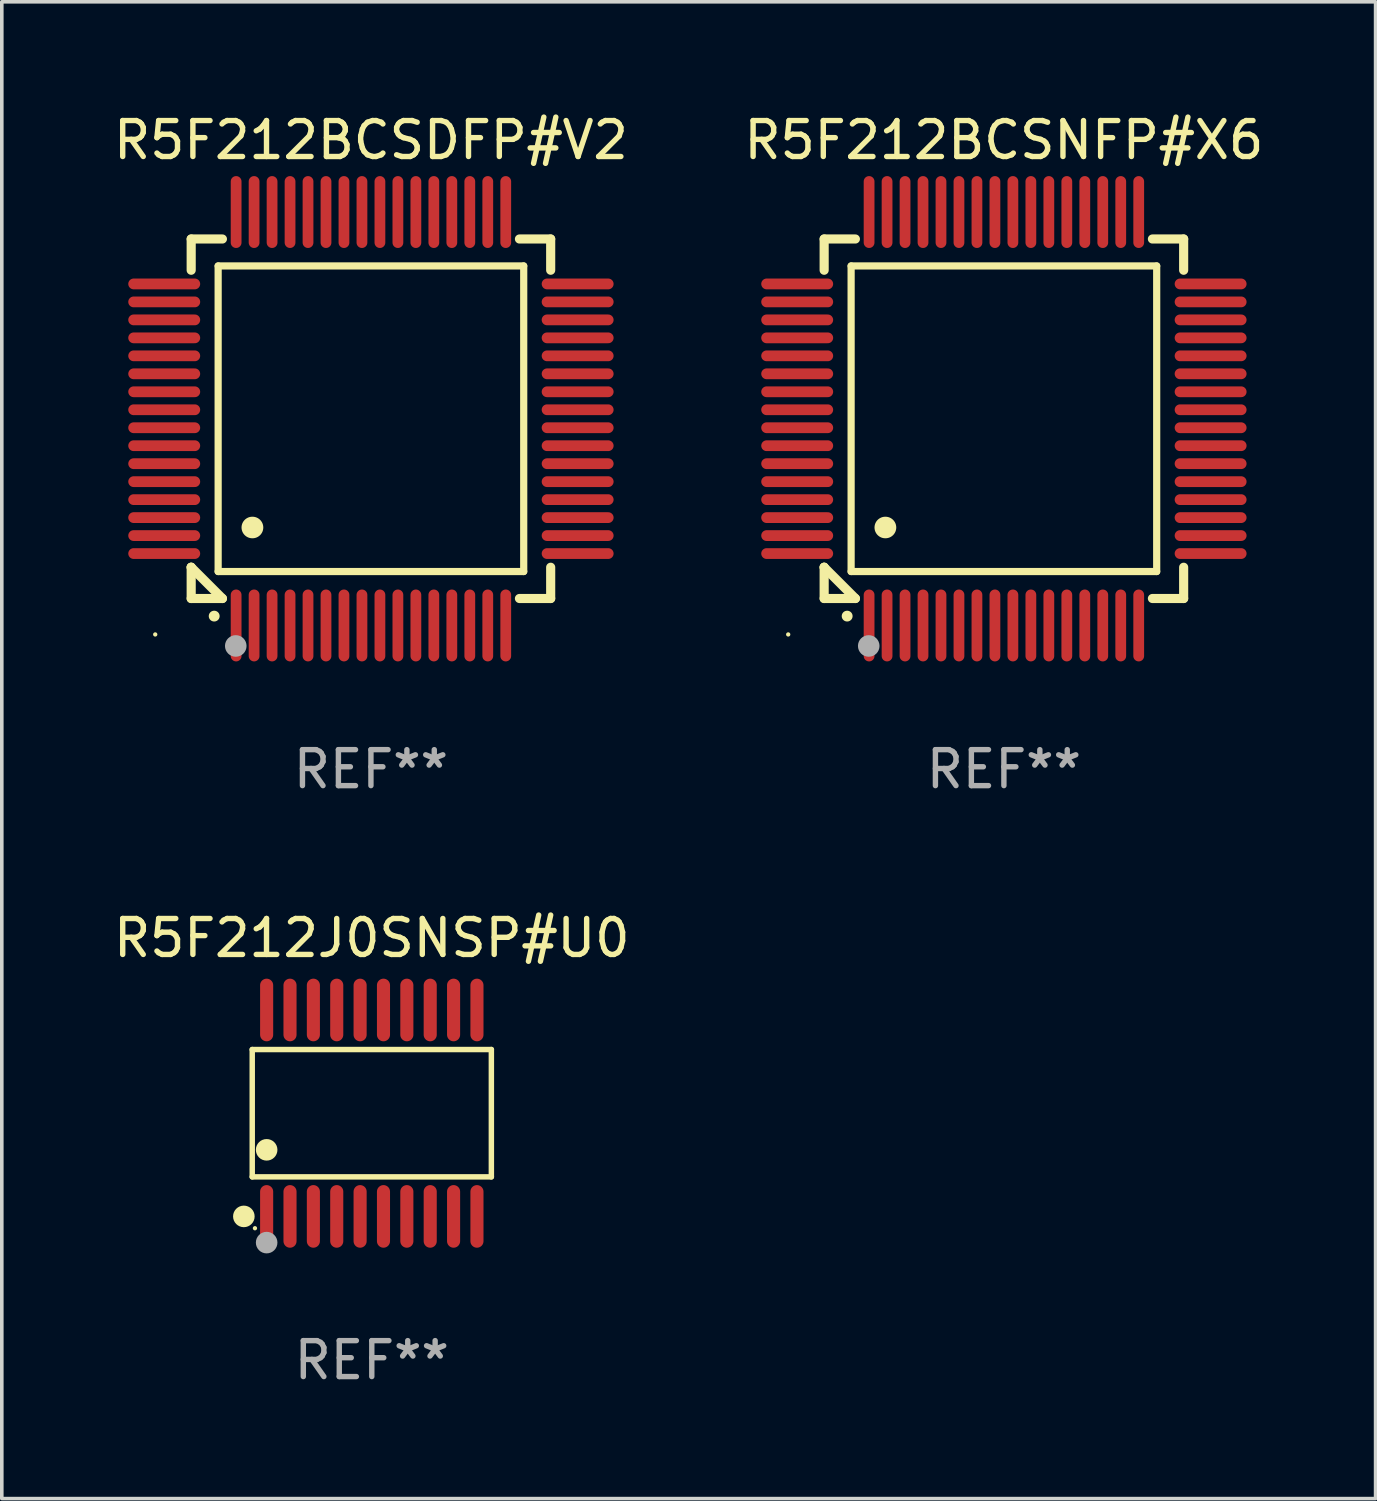
<source format=kicad_pcb>
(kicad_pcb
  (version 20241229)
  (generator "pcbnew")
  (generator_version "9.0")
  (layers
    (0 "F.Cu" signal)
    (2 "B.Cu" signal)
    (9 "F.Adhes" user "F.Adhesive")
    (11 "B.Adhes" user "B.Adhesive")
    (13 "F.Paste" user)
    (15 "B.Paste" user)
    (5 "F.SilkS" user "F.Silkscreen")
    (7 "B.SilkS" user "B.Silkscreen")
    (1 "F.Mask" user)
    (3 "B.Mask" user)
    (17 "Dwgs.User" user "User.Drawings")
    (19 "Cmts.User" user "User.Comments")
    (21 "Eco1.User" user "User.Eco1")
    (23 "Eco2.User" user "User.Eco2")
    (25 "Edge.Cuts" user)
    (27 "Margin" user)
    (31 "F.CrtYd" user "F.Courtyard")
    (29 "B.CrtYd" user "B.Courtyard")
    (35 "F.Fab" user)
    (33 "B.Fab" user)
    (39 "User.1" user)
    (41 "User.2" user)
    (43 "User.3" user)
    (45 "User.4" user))
  (footprint "R5F212BCSNFP#X6"
    (layer "F.Cu")
    (at 24.875 8.598)
    (property "Reference" "R5F212BCSNFP#X6" (at 0 -7.75 0) (layer "F.SilkS") (effects (font (size 1 1) (thickness 0.15))))
    (attr through_hole)
    (fp_line (start -5 -5) (end -4.131 -5) (stroke (width 0.254) (type solid)) (layer "F.SilkS"))
    (fp_line (start -5 -4.131) (end -5 -5) (stroke (width 0.254) (type solid)) (layer "F.SilkS"))
    (fp_line (start -5 4.131) (end -5 4.131) (stroke (width 0.254) (type solid)) (layer "F.SilkS"))
    (fp_line (start -5 5) (end -5 4.131) (stroke (width 0.254) (type solid)) (layer "F.SilkS"))
    (fp_line (start -5 4.131) (end -4.131 5) (stroke (width 0.254) (type solid)) (layer "F.SilkS"))
    (fp_line (start -4.25 -4.25) (end -4.25 4.25) (stroke (width 0.2) (type solid)) (layer "F.SilkS"))
    (fp_line (start -4.25 4.25) (end 4.25 4.25) (stroke (width 0.2) (type solid)) (layer "F.SilkS"))
    (fp_line (start -4.131 5) (end -5 5) (stroke (width 0.254) (type solid)) (layer "F.SilkS"))
    (fp_line (start 4.25 -4.25) (end -4.25 -4.25) (stroke (width 0.2) (type solid)) (layer "F.SilkS"))
    (fp_line (start 4.25 4.25) (end 4.25 -4.25) (stroke (width 0.2) (type solid)) (layer "F.SilkS"))
    (fp_line (start 5 -5) (end 4.131 -5) (stroke (width 0.254) (type solid)) (layer "F.SilkS"))
    (fp_line (start 5 -5) (end 5 -4.131) (stroke (width 0.254) (type solid)) (layer "F.SilkS"))
    (fp_line (start 5 4.131) (end 5 5) (stroke (width 0.254) (type solid)) (layer "F.SilkS"))
    (fp_line (start 5 5) (end 4.131 5) (stroke (width 0.254) (type solid)) (layer "F.SilkS"))
    (fp_arc (start -4.361265 5.489992) (mid -4.359995 5.489987) (end -4.358725 5.489992) (stroke (width 0.3) (type solid)) (layer "F.SilkS"))
    (fp_arc (start -3.299467 3.025146) (mid -3.296927 3.025135) (end -3.294387 3.025146) (stroke (width 0.6) (type solid)) (layer "F.SilkS"))
    (fp_circle (center -6 6) (end -5.97 6) (stroke (width 0.06) (type solid)) (fill no) (layer "F.SilkS"))
    (fp_circle (center -3.76 6.32) (end -3.61 6.32) (stroke (width 0.3) (type solid)) (fill no) (layer "F.Fab"))
    (fp_text user "REF**" (at 0 9.75 0) (layer "F.Fab") (effects (font (size 1 1) (thickness 0.15))))
    (pad "1" smd oval (at -3.75 5.75) (size 0.3 2) (layers "F.Cu" "F.Mask" "F.Paste"))
    (pad "2" smd oval (at -3.25 5.75) (size 0.3 2) (layers "F.Cu" "F.Mask" "F.Paste"))
    (pad "3" smd oval (at -2.75 5.75) (size 0.3 2) (layers "F.Cu" "F.Mask" "F.Paste"))
    (pad "4" smd oval (at -2.25 5.75) (size 0.3 2) (layers "F.Cu" "F.Mask" "F.Paste"))
    (pad "5" smd oval (at -1.75 5.75) (size 0.3 2) (layers "F.Cu" "F.Mask" "F.Paste"))
    (pad "6" smd oval (at -1.25 5.75) (size 0.3 2) (layers "F.Cu" "F.Mask" "F.Paste"))
    (pad "7" smd oval (at -0.75 5.75) (size 0.3 2) (layers "F.Cu" "F.Mask" "F.Paste"))
    (pad "8" smd oval (at -0.25 5.75) (size 0.3 2) (layers "F.Cu" "F.Mask" "F.Paste"))
    (pad "9" smd oval (at 0.25 5.75) (size 0.3 2) (layers "F.Cu" "F.Mask" "F.Paste"))
    (pad "10" smd oval (at 0.75 5.75) (size 0.3 2) (layers "F.Cu" "F.Mask" "F.Paste"))
    (pad "11" smd oval (at 1.25 5.75) (size 0.3 2) (layers "F.Cu" "F.Mask" "F.Paste"))
    (pad "12" smd oval (at 1.75 5.75) (size 0.3 2) (layers "F.Cu" "F.Mask" "F.Paste"))
    (pad "13" smd oval (at 2.25 5.75) (size 0.3 2) (layers "F.Cu" "F.Mask" "F.Paste"))
    (pad "14" smd oval (at 2.75 5.75) (size 0.3 2) (layers "F.Cu" "F.Mask" "F.Paste"))
    (pad "15" smd oval (at 3.25 5.75) (size 0.3 2) (layers "F.Cu" "F.Mask" "F.Paste"))
    (pad "16" smd oval (at 3.75 5.75) (size 0.3 2) (layers "F.Cu" "F.Mask" "F.Paste"))
    (pad "17" smd oval (at 5.75 3.75) (size 2 0.3) (layers "F.Cu" "F.Mask" "F.Paste"))
    (pad "18" smd oval (at 5.75 3.25) (size 2 0.3) (layers "F.Cu" "F.Mask" "F.Paste"))
    (pad "19" smd oval (at 5.75 2.75) (size 2 0.3) (layers "F.Cu" "F.Mask" "F.Paste"))
    (pad "20" smd oval (at 5.75 2.25) (size 2 0.3) (layers "F.Cu" "F.Mask" "F.Paste"))
    (pad "21" smd oval (at 5.75 1.75) (size 2 0.3) (layers "F.Cu" "F.Mask" "F.Paste"))
    (pad "22" smd oval (at 5.75 1.25) (size 2 0.3) (layers "F.Cu" "F.Mask" "F.Paste"))
    (pad "23" smd oval (at 5.75 0.75) (size 2 0.3) (layers "F.Cu" "F.Mask" "F.Paste"))
    (pad "24" smd oval (at 5.75 0.25) (size 2 0.3) (layers "F.Cu" "F.Mask" "F.Paste"))
    (pad "25" smd oval (at 5.75 -0.25) (size 2 0.3) (layers "F.Cu" "F.Mask" "F.Paste"))
    (pad "26" smd oval (at 5.75 -0.75) (size 2 0.3) (layers "F.Cu" "F.Mask" "F.Paste"))
    (pad "27" smd oval (at 5.75 -1.25) (size 2 0.3) (layers "F.Cu" "F.Mask" "F.Paste"))
    (pad "28" smd oval (at 5.75 -1.75) (size 2 0.3) (layers "F.Cu" "F.Mask" "F.Paste"))
    (pad "29" smd oval (at 5.75 -2.25) (size 2 0.3) (layers "F.Cu" "F.Mask" "F.Paste"))
    (pad "30" smd oval (at 5.75 -2.75) (size 2 0.3) (layers "F.Cu" "F.Mask" "F.Paste"))
    (pad "31" smd oval (at 5.75 -3.25) (size 2 0.3) (layers "F.Cu" "F.Mask" "F.Paste"))
    (pad "32" smd oval (at 5.75 -3.75) (size 2 0.3) (layers "F.Cu" "F.Mask" "F.Paste"))
    (pad "33" smd oval (at 3.75 -5.75) (size 0.3 2) (layers "F.Cu" "F.Mask" "F.Paste"))
    (pad "34" smd oval (at 3.25 -5.75) (size 0.3 2) (layers "F.Cu" "F.Mask" "F.Paste"))
    (pad "35" smd oval (at 2.75 -5.75) (size 0.3 2) (layers "F.Cu" "F.Mask" "F.Paste"))
    (pad "36" smd oval (at 2.25 -5.75) (size 0.3 2) (layers "F.Cu" "F.Mask" "F.Paste"))
    (pad "37" smd oval (at 1.75 -5.75) (size 0.3 2) (layers "F.Cu" "F.Mask" "F.Paste"))
    (pad "38" smd oval (at 1.25 -5.75) (size 0.3 2) (layers "F.Cu" "F.Mask" "F.Paste"))
    (pad "39" smd oval (at 0.75 -5.75) (size 0.3 2) (layers "F.Cu" "F.Mask" "F.Paste"))
    (pad "40" smd oval (at 0.25 -5.75) (size 0.3 2) (layers "F.Cu" "F.Mask" "F.Paste"))
    (pad "41" smd oval (at -0.25 -5.75) (size 0.3 2) (layers "F.Cu" "F.Mask" "F.Paste"))
    (pad "42" smd oval (at -0.75 -5.75) (size 0.3 2) (layers "F.Cu" "F.Mask" "F.Paste"))
    (pad "43" smd oval (at -1.25 -5.75) (size 0.3 2) (layers "F.Cu" "F.Mask" "F.Paste"))
    (pad "44" smd oval (at -1.75 -5.75) (size 0.3 2) (layers "F.Cu" "F.Mask" "F.Paste"))
    (pad "45" smd oval (at -2.25 -5.75) (size 0.3 2) (layers "F.Cu" "F.Mask" "F.Paste"))
    (pad "46" smd oval (at -2.75 -5.75) (size 0.3 2) (layers "F.Cu" "F.Mask" "F.Paste"))
    (pad "47" smd oval (at -3.25 -5.75) (size 0.3 2) (layers "F.Cu" "F.Mask" "F.Paste"))
    (pad "48" smd oval (at -3.75 -5.75) (size 0.3 2) (layers "F.Cu" "F.Mask" "F.Paste"))
    (pad "49" smd oval (at -5.75 -3.75) (size 2 0.3) (layers "F.Cu" "F.Mask" "F.Paste"))
    (pad "50" smd oval (at -5.75 -3.25) (size 2 0.3) (layers "F.Cu" "F.Mask" "F.Paste"))
    (pad "51" smd oval (at -5.75 -2.75) (size 2 0.3) (layers "F.Cu" "F.Mask" "F.Paste"))
    (pad "52" smd oval (at -5.75 -2.25) (size 2 0.3) (layers "F.Cu" "F.Mask" "F.Paste"))
    (pad "53" smd oval (at -5.75 -1.75) (size 2 0.3) (layers "F.Cu" "F.Mask" "F.Paste"))
    (pad "54" smd oval (at -5.75 -1.25) (size 2 0.3) (layers "F.Cu" "F.Mask" "F.Paste"))
    (pad "55" smd oval (at -5.75 -0.75) (size 2 0.3) (layers "F.Cu" "F.Mask" "F.Paste"))
    (pad "56" smd oval (at -5.75 -0.25) (size 2 0.3) (layers "F.Cu" "F.Mask" "F.Paste"))
    (pad "57" smd oval (at -5.75 0.25) (size 2 0.3) (layers "F.Cu" "F.Mask" "F.Paste"))
    (pad "58" smd oval (at -5.75 0.75) (size 2 0.3) (layers "F.Cu" "F.Mask" "F.Paste"))
    (pad "59" smd oval (at -5.75 1.25) (size 2 0.3) (layers "F.Cu" "F.Mask" "F.Paste"))
    (pad "60" smd oval (at -5.75 1.75) (size 2 0.3) (layers "F.Cu" "F.Mask" "F.Paste"))
    (pad "61" smd oval (at -5.75 2.25) (size 2 0.3) (layers "F.Cu" "F.Mask" "F.Paste"))
    (pad "62" smd oval (at -5.75 2.75) (size 2 0.3) (layers "F.Cu" "F.Mask" "F.Paste"))
    (pad "63" smd oval (at -5.75 3.25) (size 2 0.3) (layers "F.Cu" "F.Mask" "F.Paste"))
    (pad "64" smd oval (at -5.75 3.75) (size 2 0.3) (layers "F.Cu" "F.Mask" "F.Paste")))
  (footprint "R5F212J0SNSP#U0"
    (layer "F.Cu")
    (at 7.292 27.915)
    (property "Reference" "R5F212J0SNSP#U0" (at 0 -4.871 0) (layer "F.SilkS") (effects (font (size 1 1) (thickness 0.15))))
    (attr through_hole)
    (fp_line (start -3.326 -1.771) (end 3.326 -1.771) (stroke (width 0.152) (type solid)) (layer "F.SilkS"))
    (fp_line (start -3.326 1.771) (end -3.326 -1.771) (stroke (width 0.152) (type solid)) (layer "F.SilkS"))
    (fp_line (start 3.326 -1.771) (end 3.326 1.771) (stroke (width 0.152) (type solid)) (layer "F.SilkS"))
    (fp_line (start 3.326 1.771) (end -3.326 1.771) (stroke (width 0.152) (type solid)) (layer "F.SilkS"))
    (fp_circle (center -3.559 2.871) (end -3.409 2.871) (stroke (width 0.3) (type solid)) (fill no) (layer "F.SilkS"))
    (fp_circle (center -3.25 3.2) (end -3.22 3.2) (stroke (width 0.06) (type solid)) (fill no) (layer "F.SilkS"))
    (fp_circle (center -2.925 1.019) (end -2.775 1.019) (stroke (width 0.3) (type solid)) (fill no) (layer "F.SilkS"))
    (fp_circle (center -2.925 3.6) (end -2.775 3.6) (stroke (width 0.3) (type solid)) (fill no) (layer "F.Fab"))
    (fp_text user "REF**" (at 0 6.871 0) (layer "F.Fab") (effects (font (size 1 1) (thickness 0.15))))
    (pad "1" smd oval (at -2.925 2.871) (size 0.364 1.742) (layers "F.Cu" "F.Mask" "F.Paste"))
    (pad "2" smd oval (at -2.275 2.871) (size 0.364 1.742) (layers "F.Cu" "F.Mask" "F.Paste"))
    (pad "3" smd oval (at -1.625 2.871) (size 0.364 1.742) (layers "F.Cu" "F.Mask" "F.Paste"))
    (pad "4" smd oval (at -0.975 2.871) (size 0.364 1.742) (layers "F.Cu" "F.Mask" "F.Paste"))
    (pad "5" smd oval (at -0.325 2.871) (size 0.364 1.742) (layers "F.Cu" "F.Mask" "F.Paste"))
    (pad "6" smd oval (at 0.325 2.871) (size 0.364 1.742) (layers "F.Cu" "F.Mask" "F.Paste"))
    (pad "7" smd oval (at 0.975 2.871) (size 0.364 1.742) (layers "F.Cu" "F.Mask" "F.Paste"))
    (pad "8" smd oval (at 1.625 2.871) (size 0.364 1.742) (layers "F.Cu" "F.Mask" "F.Paste"))
    (pad "9" smd oval (at 2.275 2.871) (size 0.364 1.742) (layers "F.Cu" "F.Mask" "F.Paste"))
    (pad "10" smd oval (at 2.925 2.871) (size 0.364 1.742) (layers "F.Cu" "F.Mask" "F.Paste"))
    (pad "11" smd oval (at 2.925 -2.871) (size 0.364 1.742) (layers "F.Cu" "F.Mask" "F.Paste"))
    (pad "12" smd oval (at 2.275 -2.871) (size 0.364 1.742) (layers "F.Cu" "F.Mask" "F.Paste"))
    (pad "13" smd oval (at 1.625 -2.871) (size 0.364 1.742) (layers "F.Cu" "F.Mask" "F.Paste"))
    (pad "14" smd oval (at 0.975 -2.871) (size 0.364 1.742) (layers "F.Cu" "F.Mask" "F.Paste"))
    (pad "15" smd oval (at 0.325 -2.871) (size 0.364 1.742) (layers "F.Cu" "F.Mask" "F.Paste"))
    (pad "16" smd oval (at -0.325 -2.871) (size 0.364 1.742) (layers "F.Cu" "F.Mask" "F.Paste"))
    (pad "17" smd oval (at -0.975 -2.871) (size 0.364 1.742) (layers "F.Cu" "F.Mask" "F.Paste"))
    (pad "18" smd oval (at -1.625 -2.871) (size 0.364 1.742) (layers "F.Cu" "F.Mask" "F.Paste"))
    (pad "19" smd oval (at -2.275 -2.871) (size 0.364 1.742) (layers "F.Cu" "F.Mask" "F.Paste"))
    (pad "20" smd oval (at -2.925 -2.871) (size 0.364 1.742) (layers "F.Cu" "F.Mask" "F.Paste")))
  (footprint "R5F212BCSDFP#V2"
    (layer "F.Cu")
    (at 7.268 8.598)
    (property "Reference" "R5F212BCSDFP#V2" (at 0 -7.75 0) (layer "F.SilkS") (effects (font (size 1 1) (thickness 0.15))))
    (attr through_hole)
    (fp_line (start -5 -5) (end -4.131 -5) (stroke (width 0.254) (type solid)) (layer "F.SilkS"))
    (fp_line (start -5 -4.131) (end -5 -5) (stroke (width 0.254) (type solid)) (layer "F.SilkS"))
    (fp_line (start -5 4.131) (end -5 4.131) (stroke (width 0.254) (type solid)) (layer "F.SilkS"))
    (fp_line (start -5 5) (end -5 4.131) (stroke (width 0.254) (type solid)) (layer "F.SilkS"))
    (fp_line (start -5 4.131) (end -4.131 5) (stroke (width 0.254) (type solid)) (layer "F.SilkS"))
    (fp_line (start -4.25 -4.25) (end -4.25 4.25) (stroke (width 0.2) (type solid)) (layer "F.SilkS"))
    (fp_line (start -4.25 4.25) (end 4.25 4.25) (stroke (width 0.2) (type solid)) (layer "F.SilkS"))
    (fp_line (start -4.131 5) (end -5 5) (stroke (width 0.254) (type solid)) (layer "F.SilkS"))
    (fp_line (start 4.25 -4.25) (end -4.25 -4.25) (stroke (width 0.2) (type solid)) (layer "F.SilkS"))
    (fp_line (start 4.25 4.25) (end 4.25 -4.25) (stroke (width 0.2) (type solid)) (layer "F.SilkS"))
    (fp_line (start 5 -5) (end 4.131 -5) (stroke (width 0.254) (type solid)) (layer "F.SilkS"))
    (fp_line (start 5 -5) (end 5 -4.131) (stroke (width 0.254) (type solid)) (layer "F.SilkS"))
    (fp_line (start 5 4.131) (end 5 5) (stroke (width 0.254) (type solid)) (layer "F.SilkS"))
    (fp_line (start 5 5) (end 4.131 5) (stroke (width 0.254) (type solid)) (layer "F.SilkS"))
    (fp_arc (start -4.361265 5.489992) (mid -4.359995 5.489987) (end -4.358725 5.489992) (stroke (width 0.3) (type solid)) (layer "F.SilkS"))
    (fp_arc (start -3.299467 3.025146) (mid -3.296927 3.025135) (end -3.294387 3.025146) (stroke (width 0.6) (type solid)) (layer "F.SilkS"))
    (fp_circle (center -6 6) (end -5.97 6) (stroke (width 0.06) (type solid)) (fill no) (layer "F.SilkS"))
    (fp_circle (center -3.76 6.32) (end -3.61 6.32) (stroke (width 0.3) (type solid)) (fill no) (layer "F.Fab"))
    (fp_text user "REF**" (at 0 9.75 0) (layer "F.Fab") (effects (font (size 1 1) (thickness 0.15))))
    (pad "1" smd oval (at -3.75 5.75) (size 0.3 2) (layers "F.Cu" "F.Mask" "F.Paste"))
    (pad "2" smd oval (at -3.25 5.75) (size 0.3 2) (layers "F.Cu" "F.Mask" "F.Paste"))
    (pad "3" smd oval (at -2.75 5.75) (size 0.3 2) (layers "F.Cu" "F.Mask" "F.Paste"))
    (pad "4" smd oval (at -2.25 5.75) (size 0.3 2) (layers "F.Cu" "F.Mask" "F.Paste"))
    (pad "5" smd oval (at -1.75 5.75) (size 0.3 2) (layers "F.Cu" "F.Mask" "F.Paste"))
    (pad "6" smd oval (at -1.25 5.75) (size 0.3 2) (layers "F.Cu" "F.Mask" "F.Paste"))
    (pad "7" smd oval (at -0.75 5.75) (size 0.3 2) (layers "F.Cu" "F.Mask" "F.Paste"))
    (pad "8" smd oval (at -0.25 5.75) (size 0.3 2) (layers "F.Cu" "F.Mask" "F.Paste"))
    (pad "9" smd oval (at 0.25 5.75) (size 0.3 2) (layers "F.Cu" "F.Mask" "F.Paste"))
    (pad "10" smd oval (at 0.75 5.75) (size 0.3 2) (layers "F.Cu" "F.Mask" "F.Paste"))
    (pad "11" smd oval (at 1.25 5.75) (size 0.3 2) (layers "F.Cu" "F.Mask" "F.Paste"))
    (pad "12" smd oval (at 1.75 5.75) (size 0.3 2) (layers "F.Cu" "F.Mask" "F.Paste"))
    (pad "13" smd oval (at 2.25 5.75) (size 0.3 2) (layers "F.Cu" "F.Mask" "F.Paste"))
    (pad "14" smd oval (at 2.75 5.75) (size 0.3 2) (layers "F.Cu" "F.Mask" "F.Paste"))
    (pad "15" smd oval (at 3.25 5.75) (size 0.3 2) (layers "F.Cu" "F.Mask" "F.Paste"))
    (pad "16" smd oval (at 3.75 5.75) (size 0.3 2) (layers "F.Cu" "F.Mask" "F.Paste"))
    (pad "17" smd oval (at 5.75 3.75) (size 2 0.3) (layers "F.Cu" "F.Mask" "F.Paste"))
    (pad "18" smd oval (at 5.75 3.25) (size 2 0.3) (layers "F.Cu" "F.Mask" "F.Paste"))
    (pad "19" smd oval (at 5.75 2.75) (size 2 0.3) (layers "F.Cu" "F.Mask" "F.Paste"))
    (pad "20" smd oval (at 5.75 2.25) (size 2 0.3) (layers "F.Cu" "F.Mask" "F.Paste"))
    (pad "21" smd oval (at 5.75 1.75) (size 2 0.3) (layers "F.Cu" "F.Mask" "F.Paste"))
    (pad "22" smd oval (at 5.75 1.25) (size 2 0.3) (layers "F.Cu" "F.Mask" "F.Paste"))
    (pad "23" smd oval (at 5.75 0.75) (size 2 0.3) (layers "F.Cu" "F.Mask" "F.Paste"))
    (pad "24" smd oval (at 5.75 0.25) (size 2 0.3) (layers "F.Cu" "F.Mask" "F.Paste"))
    (pad "25" smd oval (at 5.75 -0.25) (size 2 0.3) (layers "F.Cu" "F.Mask" "F.Paste"))
    (pad "26" smd oval (at 5.75 -0.75) (size 2 0.3) (layers "F.Cu" "F.Mask" "F.Paste"))
    (pad "27" smd oval (at 5.75 -1.25) (size 2 0.3) (layers "F.Cu" "F.Mask" "F.Paste"))
    (pad "28" smd oval (at 5.75 -1.75) (size 2 0.3) (layers "F.Cu" "F.Mask" "F.Paste"))
    (pad "29" smd oval (at 5.75 -2.25) (size 2 0.3) (layers "F.Cu" "F.Mask" "F.Paste"))
    (pad "30" smd oval (at 5.75 -2.75) (size 2 0.3) (layers "F.Cu" "F.Mask" "F.Paste"))
    (pad "31" smd oval (at 5.75 -3.25) (size 2 0.3) (layers "F.Cu" "F.Mask" "F.Paste"))
    (pad "32" smd oval (at 5.75 -3.75) (size 2 0.3) (layers "F.Cu" "F.Mask" "F.Paste"))
    (pad "33" smd oval (at 3.75 -5.75) (size 0.3 2) (layers "F.Cu" "F.Mask" "F.Paste"))
    (pad "34" smd oval (at 3.25 -5.75) (size 0.3 2) (layers "F.Cu" "F.Mask" "F.Paste"))
    (pad "35" smd oval (at 2.75 -5.75) (size 0.3 2) (layers "F.Cu" "F.Mask" "F.Paste"))
    (pad "36" smd oval (at 2.25 -5.75) (size 0.3 2) (layers "F.Cu" "F.Mask" "F.Paste"))
    (pad "37" smd oval (at 1.75 -5.75) (size 0.3 2) (layers "F.Cu" "F.Mask" "F.Paste"))
    (pad "38" smd oval (at 1.25 -5.75) (size 0.3 2) (layers "F.Cu" "F.Mask" "F.Paste"))
    (pad "39" smd oval (at 0.75 -5.75) (size 0.3 2) (layers "F.Cu" "F.Mask" "F.Paste"))
    (pad "40" smd oval (at 0.25 -5.75) (size 0.3 2) (layers "F.Cu" "F.Mask" "F.Paste"))
    (pad "41" smd oval (at -0.25 -5.75) (size 0.3 2) (layers "F.Cu" "F.Mask" "F.Paste"))
    (pad "42" smd oval (at -0.75 -5.75) (size 0.3 2) (layers "F.Cu" "F.Mask" "F.Paste"))
    (pad "43" smd oval (at -1.25 -5.75) (size 0.3 2) (layers "F.Cu" "F.Mask" "F.Paste"))
    (pad "44" smd oval (at -1.75 -5.75) (size 0.3 2) (layers "F.Cu" "F.Mask" "F.Paste"))
    (pad "45" smd oval (at -2.25 -5.75) (size 0.3 2) (layers "F.Cu" "F.Mask" "F.Paste"))
    (pad "46" smd oval (at -2.75 -5.75) (size 0.3 2) (layers "F.Cu" "F.Mask" "F.Paste"))
    (pad "47" smd oval (at -3.25 -5.75) (size 0.3 2) (layers "F.Cu" "F.Mask" "F.Paste"))
    (pad "48" smd oval (at -3.75 -5.75) (size 0.3 2) (layers "F.Cu" "F.Mask" "F.Paste"))
    (pad "49" smd oval (at -5.75 -3.75) (size 2 0.3) (layers "F.Cu" "F.Mask" "F.Paste"))
    (pad "50" smd oval (at -5.75 -3.25) (size 2 0.3) (layers "F.Cu" "F.Mask" "F.Paste"))
    (pad "51" smd oval (at -5.75 -2.75) (size 2 0.3) (layers "F.Cu" "F.Mask" "F.Paste"))
    (pad "52" smd oval (at -5.75 -2.25) (size 2 0.3) (layers "F.Cu" "F.Mask" "F.Paste"))
    (pad "53" smd oval (at -5.75 -1.75) (size 2 0.3) (layers "F.Cu" "F.Mask" "F.Paste"))
    (pad "54" smd oval (at -5.75 -1.25) (size 2 0.3) (layers "F.Cu" "F.Mask" "F.Paste"))
    (pad "55" smd oval (at -5.75 -0.75) (size 2 0.3) (layers "F.Cu" "F.Mask" "F.Paste"))
    (pad "56" smd oval (at -5.75 -0.25) (size 2 0.3) (layers "F.Cu" "F.Mask" "F.Paste"))
    (pad "57" smd oval (at -5.75 0.25) (size 2 0.3) (layers "F.Cu" "F.Mask" "F.Paste"))
    (pad "58" smd oval (at -5.75 0.75) (size 2 0.3) (layers "F.Cu" "F.Mask" "F.Paste"))
    (pad "59" smd oval (at -5.75 1.25) (size 2 0.3) (layers "F.Cu" "F.Mask" "F.Paste"))
    (pad "60" smd oval (at -5.75 1.75) (size 2 0.3) (layers "F.Cu" "F.Mask" "F.Paste"))
    (pad "61" smd oval (at -5.75 2.25) (size 2 0.3) (layers "F.Cu" "F.Mask" "F.Paste"))
    (pad "62" smd oval (at -5.75 2.75) (size 2 0.3) (layers "F.Cu" "F.Mask" "F.Paste"))
    (pad "63" smd oval (at -5.75 3.25) (size 2 0.3) (layers "F.Cu" "F.Mask" "F.Paste"))
    (pad "64" smd oval (at -5.75 3.75) (size 2 0.3) (layers "F.Cu" "F.Mask" "F.Paste")))
  (gr_rect
    (start -3 -3)
    (end 35.214 38.635)
    (stroke (width 0.1) (type default))
    (fill no)
    (layer "Edge.Cuts")))
</source>
